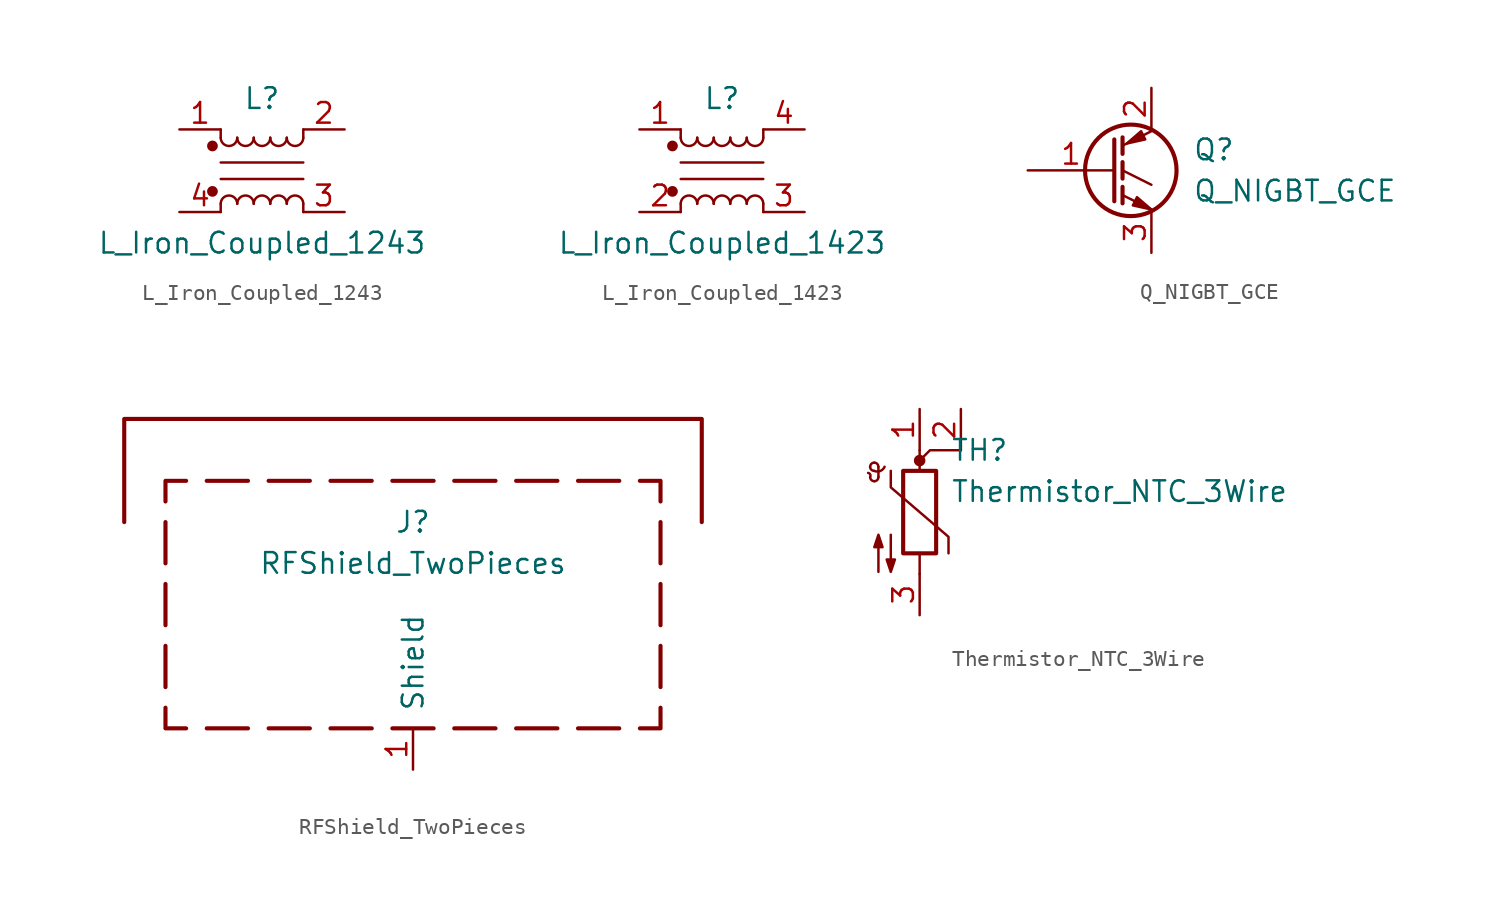
<source format=kicad_sym>
(kicad_symbol_lib
  (version 20201005)
  (generator kicad_symbol_editor)
  (symbol "L_Iron_Coupled_1243"
    (pin_names
      (offset 0.254) hide)
    (property "Reference" "L"
      (at 0 4.445 0)
      (effects (font (size 1.27 1.27))))
    (property "Value" "L_Iron_Coupled_1243"
      (at 0 -4.445 0)
      (effects (font (size 1.27 1.27))))
    (symbol "L_Iron_Coupled_1243_0_1"
      (arc (start -1.524 -2.032) (end -2.54 -2.032) (radius (at -2.032 -2.032) (length 0.508) (angles 0.1 179.9)) (stroke (width 0)) (fill (type none)))
      (arc (start -2.54 2.032) (end -1.524 2.032) (radius (at -2.032 2.032) (length 0.508) (angles -179.9 -0.1)) (stroke (width 0)) (fill (type none)))
      (arc (start -0.508 -2.032) (end -1.524 -2.032) (radius (at -1.016 -2.032) (length 0.508) (angles 0.1 179.9)) (stroke (width 0)) (fill (type none)))
      (arc (start -1.524 2.032) (end -0.508 2.032) (radius (at -1.016 2.032) (length 0.508) (angles -179.9 -0.1)) (stroke (width 0)) (fill (type none)))
      (arc (start 0.508 -2.032) (end -0.508 -2.032) (radius (at 0 -2.032) (length 0.508) (angles 0.1 179.9)) (stroke (width 0)) (fill (type none)))
      (arc (start -0.508 2.032) (end 0.508 2.032) (radius (at 0 2.032) (length 0.508) (angles -179.9 -0.1)) (stroke (width 0)) (fill (type none)))
      (arc (start 1.524 -2.032) (end 0.508 -2.032) (radius (at 1.016 -2.032) (length 0.508) (angles 0.1 179.9)) (stroke (width 0)) (fill (type none)))
      (arc (start 0.508 2.032) (end 1.524 2.032) (radius (at 1.016 2.032) (length 0.508) (angles -179.9 -0.1)) (stroke (width 0)) (fill (type none)))
      (arc (start 2.54 -2.032) (end 1.524 -2.032) (radius (at 2.032 -2.032) (length 0.508) (angles 0.1 179.9)) (stroke (width 0)) (fill (type none)))
      (arc (start 1.524 2.032) (end 2.54 2.032) (radius (at 2.032 2.032) (length 0.508) (angles -179.9 -0.1)) (stroke (width 0)) (fill (type none)))
      (circle (center -3.048 -1.27) (radius 0.254) (stroke (width 0)) (fill (type outline)))
      (circle (center -3.048 1.524) (radius 0.254) (stroke (width 0)) (fill (type outline)))
      (polyline (pts (xy -2.54 -2.032) (xy -2.54 -2.54)) (stroke (width 0)) (fill (type none)))
      (polyline (pts (xy -2.54 0.508) (xy 2.54 0.508)) (stroke (width 0)) (fill (type none)))
      (polyline (pts (xy -2.54 2.032) (xy -2.54 2.54)) (stroke (width 0)) (fill (type none)))
      (polyline (pts (xy 2.54 -2.032) (xy 2.54 -2.54)) (stroke (width 0)) (fill (type none)))
      (polyline (pts (xy 2.54 -0.508) (xy -2.54 -0.508)) (stroke (width 0)) (fill (type none)))
      (polyline (pts (xy 2.54 2.54) (xy 2.54 2.032)) (stroke (width 0)) (fill (type none))))
    (symbol "L_Iron_Coupled_1243_1_1"
      (pin passive line (at -5.08 2.54 0) (length 2.54) (name "1" (effects (font (size 1.27 1.27)))) (number "1" (effects (font (size 1.27 1.27)))))
      (pin passive line (at 5.08 2.54 180) (length 2.54) (name "2" (effects (font (size 1.27 1.27)))) (number "2" (effects (font (size 1.27 1.27)))))
      (pin passive line (at 5.08 -2.54 180) (length 2.54) (name "3" (effects (font (size 1.27 1.27)))) (number "3" (effects (font (size 1.27 1.27)))))
      (pin passive line (at -5.08 -2.54 0) (length 2.54) (name "4" (effects (font (size 1.27 1.27)))) (number "4" (effects (font (size 1.27 1.27)))))))
  (symbol "L_Iron_Coupled_1423"
    (pin_names
      (offset 0.254) hide)
    (property "Reference" "L"
      (at 0 4.445 0)
      (effects (font (size 1.27 1.27))))
    (property "Value" "L_Iron_Coupled_1423"
      (at 0 -4.445 0)
      (effects (font (size 1.27 1.27))))
    (symbol "L_Iron_Coupled_1423_0_1"
      (arc (start -1.524 -2.032) (end -2.54 -2.032) (radius (at -2.032 -2.032) (length 0.508) (angles 0.1 179.9)) (stroke (width 0)) (fill (type none)))
      (arc (start -2.54 2.032) (end -1.524 2.032) (radius (at -2.032 2.032) (length 0.508) (angles -179.9 -0.1)) (stroke (width 0)) (fill (type none)))
      (arc (start -0.508 -2.032) (end -1.524 -2.032) (radius (at -1.016 -2.032) (length 0.508) (angles 0.1 179.9)) (stroke (width 0)) (fill (type none)))
      (arc (start -1.524 2.032) (end -0.508 2.032) (radius (at -1.016 2.032) (length 0.508) (angles -179.9 -0.1)) (stroke (width 0)) (fill (type none)))
      (arc (start 0.508 -2.032) (end -0.508 -2.032) (radius (at 0 -2.032) (length 0.508) (angles 0.1 179.9)) (stroke (width 0)) (fill (type none)))
      (arc (start -0.508 2.032) (end 0.508 2.032) (radius (at 0 2.032) (length 0.508) (angles -179.9 -0.1)) (stroke (width 0)) (fill (type none)))
      (arc (start 1.524 -2.032) (end 0.508 -2.032) (radius (at 1.016 -2.032) (length 0.508) (angles 0.1 179.9)) (stroke (width 0)) (fill (type none)))
      (arc (start 0.508 2.032) (end 1.524 2.032) (radius (at 1.016 2.032) (length 0.508) (angles -179.9 -0.1)) (stroke (width 0)) (fill (type none)))
      (arc (start 2.54 -2.032) (end 1.524 -2.032) (radius (at 2.032 -2.032) (length 0.508) (angles 0.1 179.9)) (stroke (width 0)) (fill (type none)))
      (arc (start 1.524 2.032) (end 2.54 2.032) (radius (at 2.032 2.032) (length 0.508) (angles -179.9 -0.1)) (stroke (width 0)) (fill (type none)))
      (circle (center -3.048 -1.27) (radius 0.254) (stroke (width 0)) (fill (type outline)))
      (circle (center -3.048 1.524) (radius 0.254) (stroke (width 0)) (fill (type outline)))
      (polyline (pts (xy -2.54 -2.032) (xy -2.54 -2.54)) (stroke (width 0)) (fill (type none)))
      (polyline (pts (xy -2.54 0.508) (xy 2.54 0.508)) (stroke (width 0)) (fill (type none)))
      (polyline (pts (xy -2.54 2.032) (xy -2.54 2.54)) (stroke (width 0)) (fill (type none)))
      (polyline (pts (xy 2.54 -2.032) (xy 2.54 -2.54)) (stroke (width 0)) (fill (type none)))
      (polyline (pts (xy 2.54 -0.508) (xy -2.54 -0.508)) (stroke (width 0)) (fill (type none)))
      (polyline (pts (xy 2.54 2.54) (xy 2.54 2.032)) (stroke (width 0)) (fill (type none))))
    (symbol "L_Iron_Coupled_1423_1_1"
      (pin passive line (at -5.08 2.54 0) (length 2.54) (name "1" (effects (font (size 1.27 1.27)))) (number "1" (effects (font (size 1.27 1.27)))))
      (pin passive line (at -5.08 -2.54 0) (length 2.54) (name "2" (effects (font (size 1.27 1.27)))) (number "2" (effects (font (size 1.27 1.27)))))
      (pin passive line (at 5.08 -2.54 180) (length 2.54) (name "3" (effects (font (size 1.27 1.27)))) (number "3" (effects (font (size 1.27 1.27)))))
      (pin passive line (at 5.08 2.54 180) (length 2.54) (name "4" (effects (font (size 1.27 1.27)))) (number "4" (effects (font (size 1.27 1.27)))))))
  (symbol "Q_NIGBT_GCE"
    (pin_names
      (offset 0) hide)
    (property "Reference" "Q"
      (at 5.08 1.27 0)
      (effects (font (size 1.27 1.27)) (justify left)))
    (property "Value" "Q_NIGBT_GCE"
      (at 5.08 -1.27 0)
      (effects (font (size 1.27 1.27)) (justify left)))
    (symbol "Q_NIGBT_GCE_0_1"
      (circle (center 1.27 0) (radius 2.819) (stroke (width 0.254)) (fill (type none)))
      (polyline (pts (xy 0.762 -1.016) (xy 0.762 -2.032)) (stroke (width 0.254)) (fill (type none)))
      (polyline (pts (xy 0.762 0.508) (xy 0.762 -0.508)) (stroke (width 0.254)) (fill (type none)))
      (polyline (pts (xy 0.762 2.032) (xy 0.762 1.016)) (stroke (width 0.254)) (fill (type none)))
      (polyline (pts (xy 2.54 -2.413) (xy 0.762 -1.524)) (stroke (width 0)) (fill (type none)))
      (polyline (pts (xy 2.54 -0.889) (xy 0.762 0)) (stroke (width 0)) (fill (type none)))
      (polyline (pts (xy 2.54 2.413) (xy 0.762 1.524)) (stroke (width 0)) (fill (type none)))
      (polyline (pts (xy 0.254 1.905) (xy 0.254 -1.905) (xy 0.254 -1.905)) (stroke (width 0.254)) (fill (type none)))
      (polyline (pts (xy 1.397 -2.159) (xy 1.651 -1.651) (xy 2.54 -2.413) (xy 1.397 -2.159)) (stroke (width 0)) (fill (type outline)))
      (polyline (pts (xy 2.159 1.905) (xy 1.905 2.413) (xy 1.016 1.651) (xy 2.159 1.905)) (stroke (width 0)) (fill (type outline))))
    (symbol "Q_NIGBT_GCE_1_1"
      (pin input line (at -5.08 0 0) (length 5.334) (name "G" (effects (font (size 1.27 1.27)))) (number "1" (effects (font (size 1.27 1.27)))))
      (pin passive line (at 2.54 5.08 270) (length 2.54) (name "C" (effects (font (size 1.27 1.27)))) (number "2" (effects (font (size 1.27 1.27)))))
      (pin passive line (at 2.54 -5.08 90) (length 2.54) (name "E" (effects (font (size 1.27 1.27)))) (number "3" (effects (font (size 1.27 1.27)))))))
  (symbol "RFShield_TwoPieces"
    (pin_names
      (offset 1.016))
    (property "Reference" "J"
      (at 0 5.08 0)
      (effects (font (size 1.27 1.27))))
    (property "Value" "RFShield_TwoPieces"
      (at 0 2.54 0)
      (effects (font (size 1.27 1.27))))
    (symbol "RFShield_TwoPieces_0_1"
      (polyline (pts (xy -15.24 -5.08) (xy -15.24 -2.54)) (stroke (width 0.254)) (fill (type none)))
      (polyline (pts (xy -15.24 -1.27) (xy -15.24 1.27)) (stroke (width 0.254)) (fill (type none)))
      (polyline (pts (xy -15.24 2.54) (xy -15.24 5.08)) (stroke (width 0.254)) (fill (type none)))
      (polyline (pts (xy -12.7 7.62) (xy -10.16 7.62)) (stroke (width 0.254)) (fill (type none)))
      (polyline (pts (xy -10.16 -7.62) (xy -12.7 -7.62)) (stroke (width 0.254)) (fill (type none)))
      (polyline (pts (xy -6.35 -7.62) (xy -8.89 -7.62)) (stroke (width 0.254)) (fill (type none)))
      (polyline (pts (xy -6.35 7.62) (xy -8.89 7.62)) (stroke (width 0.254)) (fill (type none)))
      (polyline (pts (xy -2.54 -7.62) (xy -5.08 -7.62)) (stroke (width 0.254)) (fill (type none)))
      (polyline (pts (xy -2.54 7.62) (xy -5.08 7.62)) (stroke (width 0.254)) (fill (type none)))
      (polyline (pts (xy -1.27 -7.62) (xy 1.27 -7.62)) (stroke (width 0.254)) (fill (type none)))
      (polyline (pts (xy 1.27 7.62) (xy -1.27 7.62)) (stroke (width 0.254)) (fill (type none)))
      (polyline (pts (xy 2.54 -7.62) (xy 5.08 -7.62)) (stroke (width 0.254)) (fill (type none)))
      (polyline (pts (xy 5.08 7.62) (xy 2.54 7.62)) (stroke (width 0.254)) (fill (type none)))
      (polyline (pts (xy 6.35 -7.62) (xy 8.89 -7.62)) (stroke (width 0.254)) (fill (type none)))
      (polyline (pts (xy 8.89 7.62) (xy 6.35 7.62)) (stroke (width 0.254)) (fill (type none)))
      (polyline (pts (xy 10.16 -7.62) (xy 12.7 -7.62)) (stroke (width 0.254)) (fill (type none)))
      (polyline (pts (xy 12.7 7.62) (xy 10.16 7.62)) (stroke (width 0.254)) (fill (type none)))
      (polyline (pts (xy 15.24 -5.08) (xy 15.24 -2.54)) (stroke (width 0.254)) (fill (type none)))
      (polyline (pts (xy 15.24 -1.27) (xy 15.24 1.27)) (stroke (width 0.254)) (fill (type none)))
      (polyline (pts (xy 15.24 2.54) (xy 15.24 5.08)) (stroke (width 0.254)) (fill (type none)))
      (polyline (pts (xy -15.24 6.35) (xy -15.24 7.62) (xy -13.97 7.62)) (stroke (width 0.254)) (fill (type none)))
      (polyline (pts (xy -13.97 -7.62) (xy -15.24 -7.62) (xy -15.24 -6.35)) (stroke (width 0.254)) (fill (type none)))
      (polyline (pts (xy 13.97 -7.62) (xy 15.24 -7.62) (xy 15.24 -6.35)) (stroke (width 0.254)) (fill (type none)))
      (polyline (pts (xy 15.24 6.35) (xy 15.24 7.62) (xy 13.97 7.62)) (stroke (width 0.254)) (fill (type none)))
      (polyline (pts (xy -17.78 5.08) (xy -17.78 11.43) (xy 17.78 11.43) (xy 17.78 5.08)) (stroke (width 0.254)) (fill (type none))))
    (symbol "RFShield_TwoPieces_1_1"
      (pin passive line (at 0 -10.16 90) (length 2.54) (name "Shield" (effects (font (size 1.27 1.27)))) (number "1" (effects (font (size 1.27 1.27)))))))
  (symbol "Thermistor_NTC_3Wire"
    (pin_names
      (offset 0))
    (property "Reference" "TH"
      (at 1.905 3.81 0)
      (effects (font (size 1.27 1.27)) (justify left)))
    (property "Value" "Thermistor_NTC_3Wire"
      (at 1.905 1.27 0)
      (effects (font (size 1.27 1.27)) (justify left)))
    (symbol "Thermistor_NTC_3Wire_0_1"
      (arc (start -3.048 2.159) (end -3.175 2.413) (radius (at -3.2004 2.2352) (length 0.1778) (angles -26.5 81.8)) (stroke (width 0)) (fill (type none)))
      (arc (start -3.048 2.159) (end -2.794 1.905) (radius (at -2.794 2.159) (length 0.254) (angles 180 -90)) (stroke (width 0)) (fill (type none)))
      (arc (start -2.794 1.905) (end -2.54 2.159) (radius (at -2.794 2.159) (length 0.254) (angles -90 0)) (stroke (width 0)) (fill (type none)))
      (arc (start -2.54 2.794) (end -2.794 3.048) (radius (at -2.794 2.794) (length 0.254) (angles 0 90)) (stroke (width 0)) (fill (type none)))
      (arc (start -2.794 3.048) (end -3.048 2.794) (radius (at -2.794 2.794) (length 0.254) (angles 90 180)) (stroke (width 0)) (fill (type none)))
      (arc (start -3.048 2.794) (end -2.794 2.54) (radius (at -2.794 2.794) (length 0.254) (angles 180 -90)) (stroke (width 0)) (fill (type none)))
      (arc (start -2.794 2.54) (end -2.159 2.794) (radius (at -2.6416 3.0226) (length 0.508) (angles -107.5 -25.3)) (stroke (width 0)) (fill (type none)))
      (circle (center 0 3.175) (radius 0.279) (stroke (width 0)) (fill (type outline)))
      (rectangle (start -1.016 2.54) (end 1.016 -2.54) (stroke (width 0.254)) (fill (type none)))
      (polyline (pts (xy -2.54 2.159) (xy -2.54 2.794)) (stroke (width 0)) (fill (type none)))
      (polyline (pts (xy 0 -3.81) (xy 0 -2.54)) (stroke (width 0)) (fill (type none)))
      (polyline (pts (xy 0 3.81) (xy 0 2.54)) (stroke (width 0)) (fill (type none)))
      (polyline (pts (xy 2.54 3.81) (xy 0.635 3.81) (xy 0 3.175)) (stroke (width 0)) (fill (type none)))
      (polyline (pts (xy -1.778 2.54) (xy -1.778 1.524) (xy 1.778 -1.524) (xy 1.778 -2.54)) (stroke (width 0)) (fill (type none)))
      (polyline (pts (xy -2.54 -3.683) (xy -2.54 -1.397) (xy -2.794 -2.159) (xy -2.286 -2.159) (xy -2.54 -1.397) (xy -2.54 -1.651)) (stroke (width 0)) (fill (type outline)))
      (polyline (pts (xy -1.778 -1.397) (xy -1.778 -3.683) (xy -2.032 -2.921) (xy -1.524 -2.921) (xy -1.778 -3.683) (xy -1.778 -3.429)) (stroke (width 0)) (fill (type outline))))
    (symbol "Thermistor_NTC_3Wire_1_1"
      (pin passive line (at 0 6.35 270) (length 2.54) (name "~" (effects (font (size 1.27 1.27)))) (number "1" (effects (font (size 1.27 1.27)))))
      (pin passive line (at 2.54 6.35 270) (length 2.54) (name "~" (effects (font (size 1.27 1.27)))) (number "2" (effects (font (size 1.27 1.27)))))
      (pin passive line (at 0 -6.35 90) (length 2.54) (name "~" (effects (font (size 1.27 1.27)))) (number "3" (effects (font (size 1.27 1.27))))))))
</source>
